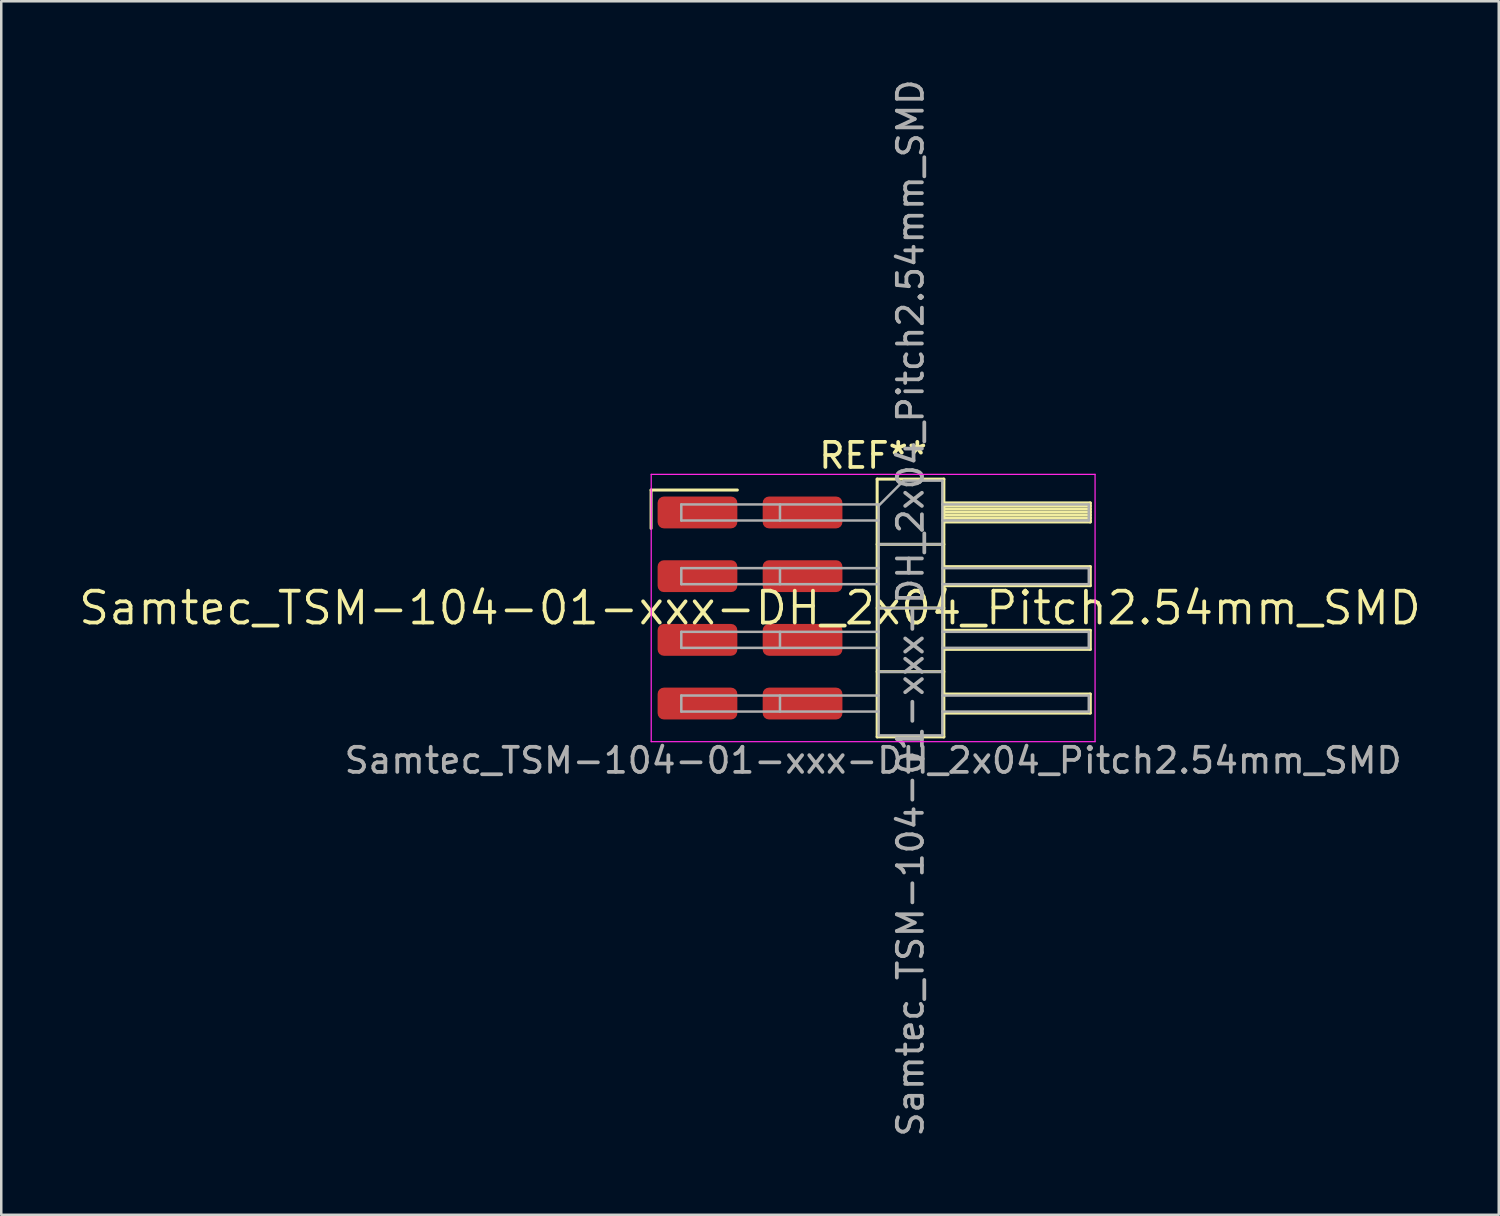
<source format=kicad_pcb>
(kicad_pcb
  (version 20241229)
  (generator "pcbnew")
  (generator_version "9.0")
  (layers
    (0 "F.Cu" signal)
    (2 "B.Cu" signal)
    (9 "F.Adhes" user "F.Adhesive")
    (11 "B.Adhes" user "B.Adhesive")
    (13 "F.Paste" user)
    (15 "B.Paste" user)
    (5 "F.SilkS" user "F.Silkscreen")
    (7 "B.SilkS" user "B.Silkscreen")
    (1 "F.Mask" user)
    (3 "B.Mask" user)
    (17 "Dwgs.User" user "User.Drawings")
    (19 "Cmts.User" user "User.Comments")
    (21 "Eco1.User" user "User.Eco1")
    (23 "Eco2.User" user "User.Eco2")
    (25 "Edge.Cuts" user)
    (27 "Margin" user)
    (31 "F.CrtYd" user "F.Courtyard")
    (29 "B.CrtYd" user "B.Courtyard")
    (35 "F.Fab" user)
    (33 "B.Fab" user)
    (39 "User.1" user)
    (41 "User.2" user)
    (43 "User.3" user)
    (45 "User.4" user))
  (footprint "Samtec_TSM-104-01-xxx-DH_2x04_Pitch2.54mm_SMD"
    (layer "F.Cu")
    (at 26.859 21.196)
    (property "Reference" "Samtec_TSM-104-01-xxx-DH_2x04_Pitch2.54mm_SMD" (at 0 0 0) (layer "F.SilkS") (effects (font (size 1.27 1.27) (thickness 0.15))))
    (attr smd)
    (fp_line (start -3.945 -4.705) (end -0.505 -4.705) (stroke (width 0.12) (type solid)) (layer "F.SilkS"))
    (fp_line (start -3.945 -3.175) (end -3.945 -4.705) (stroke (width 0.12) (type solid)) (layer "F.SilkS"))
    (fp_line (start 5.07 -5.14) (end 7.73 -5.14) (stroke (width 0.12) (type solid)) (layer "F.SilkS"))
    (fp_line (start 5.07 -2.54) (end 7.73 -2.54) (stroke (width 0.12) (type solid)) (layer "F.SilkS"))
    (fp_line (start 5.07 0) (end 7.73 0) (stroke (width 0.12) (type solid)) (layer "F.SilkS"))
    (fp_line (start 5.07 2.54) (end 7.73 2.54) (stroke (width 0.12) (type solid)) (layer "F.SilkS"))
    (fp_line (start 5.07 5.14) (end 5.07 -5.14) (stroke (width 0.12) (type solid)) (layer "F.SilkS"))
    (fp_line (start 7.73 -5.14) (end 7.73 5.14) (stroke (width 0.12) (type solid)) (layer "F.SilkS"))
    (fp_line (start 7.73 -4.19) (end 13.57 -4.19) (stroke (width 0.12) (type solid)) (layer "F.SilkS"))
    (fp_line (start 7.73 -4.07) (end 13.57 -4.07) (stroke (width 0.12) (type solid)) (layer "F.SilkS"))
    (fp_line (start 7.73 -3.95) (end 13.57 -3.95) (stroke (width 0.12) (type solid)) (layer "F.SilkS"))
    (fp_line (start 7.73 -3.83) (end 13.57 -3.83) (stroke (width 0.12) (type solid)) (layer "F.SilkS"))
    (fp_line (start 7.73 -3.71) (end 13.57 -3.71) (stroke (width 0.12) (type solid)) (layer "F.SilkS"))
    (fp_line (start 7.73 -3.59) (end 13.57 -3.59) (stroke (width 0.12) (type solid)) (layer "F.SilkS"))
    (fp_line (start 7.73 -3.47) (end 13.57 -3.47) (stroke (width 0.12) (type solid)) (layer "F.SilkS"))
    (fp_line (start 7.73 -3.43) (end 13.57 -3.43) (stroke (width 0.12) (type solid)) (layer "F.SilkS"))
    (fp_line (start 7.73 -1.65) (end 13.57 -1.65) (stroke (width 0.12) (type solid)) (layer "F.SilkS"))
    (fp_line (start 7.73 -0.89) (end 13.57 -0.89) (stroke (width 0.12) (type solid)) (layer "F.SilkS"))
    (fp_line (start 7.73 0.89) (end 13.57 0.89) (stroke (width 0.12) (type solid)) (layer "F.SilkS"))
    (fp_line (start 7.73 1.65) (end 13.57 1.65) (stroke (width 0.12) (type solid)) (layer "F.SilkS"))
    (fp_line (start 7.73 3.43) (end 13.57 3.43) (stroke (width 0.12) (type solid)) (layer "F.SilkS"))
    (fp_line (start 7.73 4.19) (end 13.57 4.19) (stroke (width 0.12) (type solid)) (layer "F.SilkS"))
    (fp_line (start 7.73 5.14) (end 5.07 5.14) (stroke (width 0.12) (type solid)) (layer "F.SilkS"))
    (fp_line (start 13.57 -4.19) (end 13.57 -3.43) (stroke (width 0.12) (type solid)) (layer "F.SilkS"))
    (fp_line (start 13.57 -1.65) (end 13.57 -0.89) (stroke (width 0.12) (type solid)) (layer "F.SilkS"))
    (fp_line (start 13.57 0.89) (end 13.57 1.65) (stroke (width 0.12) (type solid)) (layer "F.SilkS"))
    (fp_line (start 13.57 3.43) (end 13.57 4.19) (stroke (width 0.12) (type solid)) (layer "F.SilkS"))
    (fp_line (start -3.94 -5.33) (end 13.76 -5.33) (stroke (width 0.05) (type solid)) (layer "F.CrtYd"))
    (fp_line (start -3.94 5.33) (end -3.94 -5.33) (stroke (width 0.05) (type solid)) (layer "F.CrtYd"))
    (fp_line (start 13.76 -5.33) (end 13.76 5.33) (stroke (width 0.05) (type solid)) (layer "F.CrtYd"))
    (fp_line (start 13.76 5.33) (end -3.94 5.33) (stroke (width 0.05) (type solid)) (layer "F.CrtYd"))
    (fp_line (start -2.74 -4.13) (end -2.74 -3.49) (stroke (width 0.1) (type solid)) (layer "F.Fab"))
    (fp_line (start -2.74 -4.13) (end 5.13 -4.13) (stroke (width 0.1) (type solid)) (layer "F.Fab"))
    (fp_line (start -2.74 -3.49) (end 5.13 -3.49) (stroke (width 0.1) (type solid)) (layer "F.Fab"))
    (fp_line (start -2.74 -1.59) (end -2.74 -0.95) (stroke (width 0.1) (type solid)) (layer "F.Fab"))
    (fp_line (start -2.74 -1.59) (end 5.13 -1.59) (stroke (width 0.1) (type solid)) (layer "F.Fab"))
    (fp_line (start -2.74 -0.95) (end 5.13 -0.95) (stroke (width 0.1) (type solid)) (layer "F.Fab"))
    (fp_line (start -2.74 0.95) (end -2.74 1.59) (stroke (width 0.1) (type solid)) (layer "F.Fab"))
    (fp_line (start -2.74 0.95) (end 5.13 0.95) (stroke (width 0.1) (type solid)) (layer "F.Fab"))
    (fp_line (start -2.74 1.59) (end 5.13 1.59) (stroke (width 0.1) (type solid)) (layer "F.Fab"))
    (fp_line (start -2.74 3.49) (end -2.74 4.13) (stroke (width 0.1) (type solid)) (layer "F.Fab"))
    (fp_line (start -2.74 3.49) (end 5.13 3.49) (stroke (width 0.1) (type solid)) (layer "F.Fab"))
    (fp_line (start -2.74 4.13) (end 5.13 4.13) (stroke (width 0.1) (type solid)) (layer "F.Fab"))
    (fp_line (start 1.195 -4.13) (end 1.195 -3.49) (stroke (width 0.1) (type solid)) (layer "F.Fab"))
    (fp_line (start 1.195 -1.59) (end 1.195 -0.95) (stroke (width 0.1) (type solid)) (layer "F.Fab"))
    (fp_line (start 1.195 0.95) (end 1.195 1.59) (stroke (width 0.1) (type solid)) (layer "F.Fab"))
    (fp_line (start 1.195 3.49) (end 1.195 4.13) (stroke (width 0.1) (type solid)) (layer "F.Fab"))
    (fp_line (start 5.13 -4.08) (end 6.13 -5.08) (stroke (width 0.1) (type solid)) (layer "F.Fab"))
    (fp_line (start 5.13 -2.54) (end 7.67 -2.54) (stroke (width 0.1) (type solid)) (layer "F.Fab"))
    (fp_line (start 5.13 0) (end 7.67 0) (stroke (width 0.1) (type solid)) (layer "F.Fab"))
    (fp_line (start 5.13 2.54) (end 7.67 2.54) (stroke (width 0.1) (type solid)) (layer "F.Fab"))
    (fp_line (start 5.13 5.08) (end 5.13 -4.08) (stroke (width 0.1) (type solid)) (layer "F.Fab"))
    (fp_line (start 6.13 -5.08) (end 7.67 -5.08) (stroke (width 0.1) (type solid)) (layer "F.Fab"))
    (fp_line (start 7.67 -5.08) (end 7.67 5.08) (stroke (width 0.1) (type solid)) (layer "F.Fab"))
    (fp_line (start 7.67 -4.13) (end 13.51 -4.13) (stroke (width 0.1) (type solid)) (layer "F.Fab"))
    (fp_line (start 7.67 -3.49) (end 13.51 -3.49) (stroke (width 0.1) (type solid)) (layer "F.Fab"))
    (fp_line (start 7.67 -1.59) (end 13.51 -1.59) (stroke (width 0.1) (type solid)) (layer "F.Fab"))
    (fp_line (start 7.67 -0.95) (end 13.51 -0.95) (stroke (width 0.1) (type solid)) (layer "F.Fab"))
    (fp_line (start 7.67 0.95) (end 13.51 0.95) (stroke (width 0.1) (type solid)) (layer "F.Fab"))
    (fp_line (start 7.67 1.59) (end 13.51 1.59) (stroke (width 0.1) (type solid)) (layer "F.Fab"))
    (fp_line (start 7.67 3.49) (end 13.51 3.49) (stroke (width 0.1) (type solid)) (layer "F.Fab"))
    (fp_line (start 7.67 4.13) (end 13.51 4.13) (stroke (width 0.1) (type solid)) (layer "F.Fab"))
    (fp_line (start 7.67 5.08) (end 5.13 5.08) (stroke (width 0.1) (type solid)) (layer "F.Fab"))
    (fp_line (start 13.51 -4.13) (end 13.51 -3.49) (stroke (width 0.1) (type solid)) (layer "F.Fab"))
    (fp_line (start 13.51 -1.59) (end 13.51 -0.95) (stroke (width 0.1) (type solid)) (layer "F.Fab"))
    (fp_line (start 13.51 0.95) (end 13.51 1.59) (stroke (width 0.1) (type solid)) (layer "F.Fab"))
    (fp_line (start 13.51 3.49) (end 13.51 4.13) (stroke (width 0.1) (type solid)) (layer "F.Fab"))
    (fp_text user "REF**" (at 4.91 -6.08 0) (layer "F.SilkS") (effects (font (size 1 1) (thickness 0.15))))
    (fp_text user "${REFERENCE}" (at 6.4 0 90) (layer "F.Fab") (effects (font (size 1 1) (thickness 0.15))))
    (fp_text user "Samtec_TSM-104-01-xxx-DH_2x04_Pitch2.54mm_SMD" (at 4.91 6.08 0) (layer "F.Fab") (effects (font (size 1 1) (thickness 0.15))))
    (pad "1" smd roundrect (at -2.095 -3.81) (size 3.18 1.27) (layers "F.Cu" "F.Mask" "F.Paste") (roundrect_rratio 0.197))
    (pad "2" smd roundrect (at 2.095 -3.81) (size 3.18 1.27) (layers "F.Cu" "F.Mask" "F.Paste") (roundrect_rratio 0.197))
    (pad "3" smd roundrect (at -2.095 -1.27) (size 3.18 1.27) (layers "F.Cu" "F.Mask" "F.Paste") (roundrect_rratio 0.197))
    (pad "4" smd roundrect (at 2.095 -1.27) (size 3.18 1.27) (layers "F.Cu" "F.Mask" "F.Paste") (roundrect_rratio 0.197))
    (pad "5" smd roundrect (at -2.095 1.27) (size 3.18 1.27) (layers "F.Cu" "F.Mask" "F.Paste") (roundrect_rratio 0.197))
    (pad "6" smd roundrect (at 2.095 1.27) (size 3.18 1.27) (layers "F.Cu" "F.Mask" "F.Paste") (roundrect_rratio 0.197))
    (pad "7" smd roundrect (at -2.095 3.81) (size 3.18 1.27) (layers "F.Cu" "F.Mask" "F.Paste") (roundrect_rratio 0.197))
    (pad "8" smd roundrect (at 2.095 3.81) (size 3.18 1.27) (layers "F.Cu" "F.Mask" "F.Paste") (roundrect_rratio 0.197)))
  (gr_rect
    (start -3 -3)
    (end 56.717 45.393)
    (stroke (width 0.1) (type default))
    (fill no)
    (layer "Edge.Cuts")))
</source>
